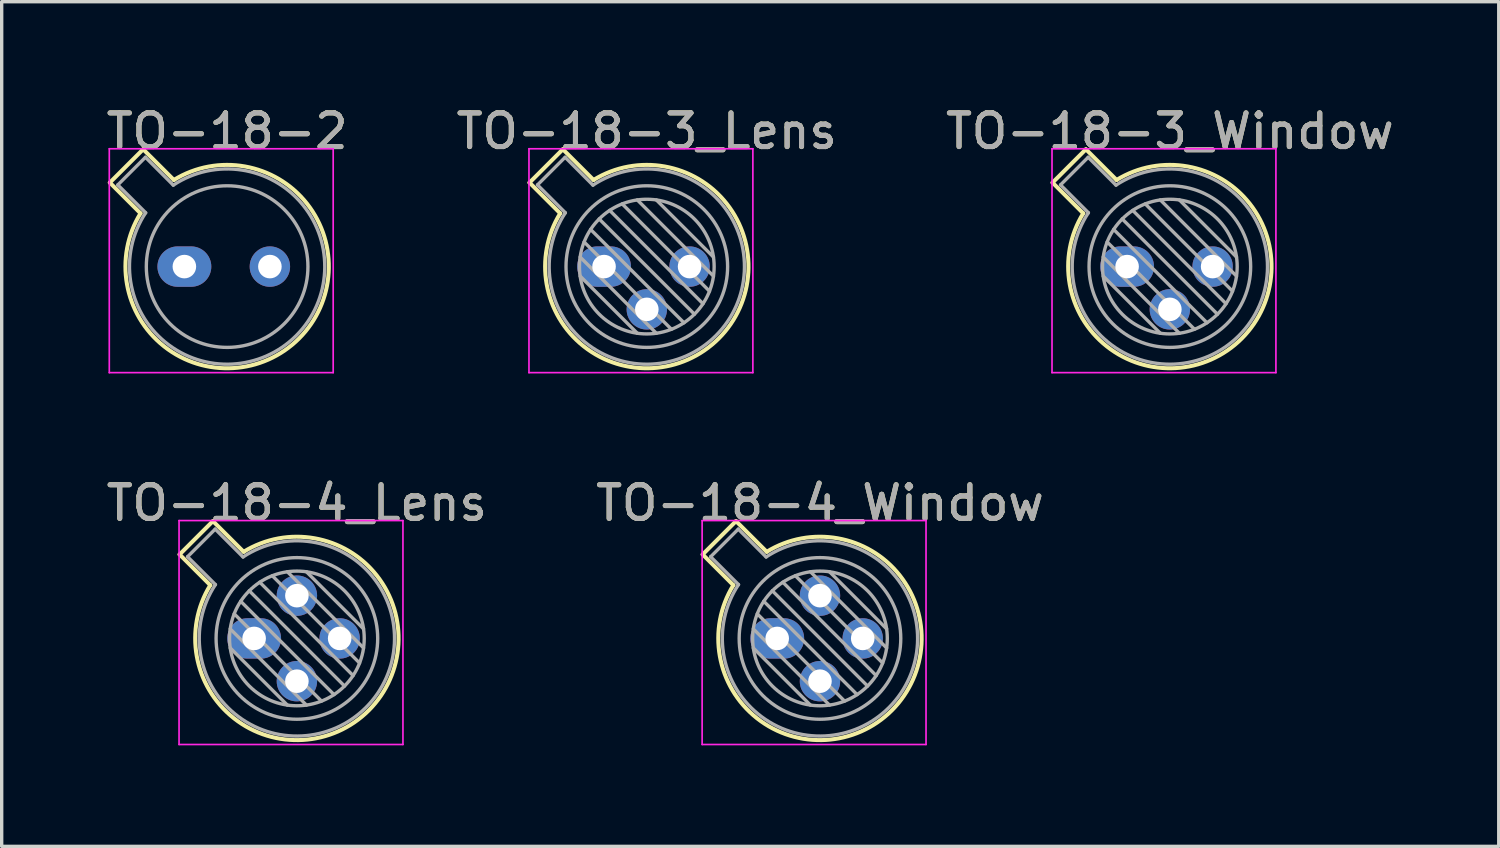
<source format=kicad_pcb>
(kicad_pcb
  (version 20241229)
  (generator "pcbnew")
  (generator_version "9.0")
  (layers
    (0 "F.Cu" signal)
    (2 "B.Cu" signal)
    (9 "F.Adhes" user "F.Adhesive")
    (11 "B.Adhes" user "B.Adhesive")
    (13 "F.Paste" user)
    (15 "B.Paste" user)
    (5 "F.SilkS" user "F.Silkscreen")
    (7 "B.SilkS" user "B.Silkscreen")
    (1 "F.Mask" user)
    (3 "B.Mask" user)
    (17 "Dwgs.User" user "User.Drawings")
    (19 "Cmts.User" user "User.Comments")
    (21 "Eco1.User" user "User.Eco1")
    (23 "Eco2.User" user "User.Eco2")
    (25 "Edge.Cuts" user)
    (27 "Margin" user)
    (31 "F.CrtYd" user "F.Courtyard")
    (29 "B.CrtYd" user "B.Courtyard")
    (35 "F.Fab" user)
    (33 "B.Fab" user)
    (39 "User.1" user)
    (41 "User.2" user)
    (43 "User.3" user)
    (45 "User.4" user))
  (footprint "TO-18-3_Window"
    (layer "F.Cu")
    (at 30.426 4.868)
    (property "Reference" "TO-18-3_Window" (at 1.27 -4.02 0) (layer "F.SilkS") (effects (font (size 1 1) (thickness 0.15))))
    (attr through_hole)
    (fp_line (start -2.214 -2.494) (end -1.302 -1.582) (stroke (width 0.12) (type solid)) (layer "F.SilkS"))
    (fp_line (start -1.224 -3.484) (end -2.214 -2.494) (stroke (width 0.12) (type solid)) (layer "F.SilkS"))
    (fp_line (start -0.312 -2.572) (end -1.224 -3.484) (stroke (width 0.12) (type solid)) (layer "F.SilkS"))
    (fp_arc (start -0.312331 -2.572281) (mid 3.405374 2.135551) (end -1.30215 -1.582544) (stroke (width 0.12) (type solid)) (layer "F.SilkS"))
    (fp_line (start -2.23 -3.5) (end -2.23 3.15) (stroke (width 0.05) (type solid)) (layer "F.CrtYd"))
    (fp_line (start -2.23 3.15) (end 4.42 3.15) (stroke (width 0.05) (type solid)) (layer "F.CrtYd"))
    (fp_line (start 4.42 -3.5) (end -2.23 -3.5) (stroke (width 0.05) (type solid)) (layer "F.CrtYd"))
    (fp_line (start 4.42 3.15) (end 4.42 -3.5) (stroke (width 0.05) (type solid)) (layer "F.CrtYd"))
    (fp_line (start -1.977 -2.426) (end -1.149 -1.599) (stroke (width 0.1) (type solid)) (layer "F.Fab"))
    (fp_line (start -1.156 -3.247) (end -1.977 -2.426) (stroke (width 0.1) (type solid)) (layer "F.Fab"))
    (fp_line (start -0.71 -0.283) (end 1.553 1.98) (stroke (width 0.1) (type solid)) (layer "F.Fab"))
    (fp_line (start -0.71 0.283) (end 0.987 1.98) (stroke (width 0.1) (type solid)) (layer "F.Fab"))
    (fp_line (start -0.592 -0.731) (end 2.001 1.862) (stroke (width 0.1) (type solid)) (layer "F.Fab"))
    (fp_line (start -0.399 -1.103) (end 2.373 1.669) (stroke (width 0.1) (type solid)) (layer "F.Fab"))
    (fp_line (start -0.329 -2.419) (end -1.156 -3.247) (stroke (width 0.1) (type solid)) (layer "F.Fab"))
    (fp_line (start -0.145 -1.415) (end 2.685 1.415) (stroke (width 0.1) (type solid)) (layer "F.Fab"))
    (fp_line (start 0.167 -1.669) (end 2.939 1.103) (stroke (width 0.1) (type solid)) (layer "F.Fab"))
    (fp_line (start 0.539 -1.862) (end 3.132 0.731) (stroke (width 0.1) (type solid)) (layer "F.Fab"))
    (fp_line (start 0.987 -1.98) (end 3.25 0.283) (stroke (width 0.1) (type solid)) (layer "F.Fab"))
    (fp_line (start 1.553 -1.98) (end 3.25 -0.283) (stroke (width 0.1) (type solid)) (layer "F.Fab"))
    (fp_arc (start -0.329057 -2.419301) (mid 3.321076 2.050143) (end -1.150029 -1.597956) (stroke (width 0.1) (type solid)) (layer "F.Fab"))
    (fp_circle (center 1.27 0) (end 3.27 0) (stroke (width 0.1) (type solid)) (fill no) (layer "F.Fab"))
    (fp_circle (center 1.27 0) (end 3.67 0) (stroke (width 0.1) (type solid)) (fill no) (layer "F.Fab"))
    (fp_text user "${REFERENCE}" (at 1.27 -4.02 0) (layer "F.Fab") (effects (font (size 1 1) (thickness 0.15))))
    (pad "1" thru_hole oval (at 0 0) (size 1.6 1.2) (drill 0.7) (layers "*.Cu" "*.Mask"))
    (pad "2" thru_hole oval (at 1.27 1.27) (size 1.2 1.2) (drill 0.7) (layers "*.Cu" "*.Mask"))
    (pad "3" thru_hole oval (at 2.54 0) (size 1.2 1.2) (drill 0.7) (layers "*.Cu" "*.Mask")))
  (footprint "TO-18-3_Lens"
    (layer "F.Cu")
    (at 14.891 4.868)
    (property "Reference" "TO-18-3_Lens" (at 1.27 -4.02 0) (layer "F.SilkS") (effects (font (size 1 1) (thickness 0.15))))
    (attr through_hole)
    (fp_line (start -2.214 -2.494) (end -1.302 -1.582) (stroke (width 0.12) (type solid)) (layer "F.SilkS"))
    (fp_line (start -1.224 -3.484) (end -2.214 -2.494) (stroke (width 0.12) (type solid)) (layer "F.SilkS"))
    (fp_line (start -0.312 -2.572) (end -1.224 -3.484) (stroke (width 0.12) (type solid)) (layer "F.SilkS"))
    (fp_arc (start -0.312331 -2.572281) (mid 3.405374 2.135551) (end -1.30215 -1.582544) (stroke (width 0.12) (type solid)) (layer "F.SilkS"))
    (fp_line (start -2.23 -3.5) (end -2.23 3.15) (stroke (width 0.05) (type solid)) (layer "F.CrtYd"))
    (fp_line (start -2.23 3.15) (end 4.42 3.15) (stroke (width 0.05) (type solid)) (layer "F.CrtYd"))
    (fp_line (start 4.42 -3.5) (end -2.23 -3.5) (stroke (width 0.05) (type solid)) (layer "F.CrtYd"))
    (fp_line (start 4.42 3.15) (end 4.42 -3.5) (stroke (width 0.05) (type solid)) (layer "F.CrtYd"))
    (fp_line (start -1.977 -2.426) (end -1.149 -1.599) (stroke (width 0.1) (type solid)) (layer "F.Fab"))
    (fp_line (start -1.156 -3.247) (end -1.977 -2.426) (stroke (width 0.1) (type solid)) (layer "F.Fab"))
    (fp_line (start -0.71 -0.283) (end 1.553 1.98) (stroke (width 0.1) (type solid)) (layer "F.Fab"))
    (fp_line (start -0.71 0.283) (end 0.987 1.98) (stroke (width 0.1) (type solid)) (layer "F.Fab"))
    (fp_line (start -0.592 -0.731) (end 2.001 1.862) (stroke (width 0.1) (type solid)) (layer "F.Fab"))
    (fp_line (start -0.399 -1.103) (end 2.373 1.669) (stroke (width 0.1) (type solid)) (layer "F.Fab"))
    (fp_line (start -0.329 -2.419) (end -1.156 -3.247) (stroke (width 0.1) (type solid)) (layer "F.Fab"))
    (fp_line (start -0.145 -1.415) (end 2.685 1.415) (stroke (width 0.1) (type solid)) (layer "F.Fab"))
    (fp_line (start 0.167 -1.669) (end 2.939 1.103) (stroke (width 0.1) (type solid)) (layer "F.Fab"))
    (fp_line (start 0.539 -1.862) (end 3.132 0.731) (stroke (width 0.1) (type solid)) (layer "F.Fab"))
    (fp_line (start 0.987 -1.98) (end 3.25 0.283) (stroke (width 0.1) (type solid)) (layer "F.Fab"))
    (fp_line (start 1.553 -1.98) (end 3.25 -0.283) (stroke (width 0.1) (type solid)) (layer "F.Fab"))
    (fp_arc (start -0.329057 -2.419301) (mid 3.321076 2.050143) (end -1.150029 -1.597956) (stroke (width 0.1) (type solid)) (layer "F.Fab"))
    (fp_circle (center 1.27 0) (end 3.27 0) (stroke (width 0.1) (type solid)) (fill no) (layer "F.Fab"))
    (fp_circle (center 1.27 0) (end 3.67 0) (stroke (width 0.1) (type solid)) (fill no) (layer "F.Fab"))
    (fp_text user "${REFERENCE}" (at 1.27 -4.02 0) (layer "F.Fab") (effects (font (size 1 1) (thickness 0.15))))
    (pad "1" thru_hole oval (at 0 0) (size 1.6 1.2) (drill 0.7) (layers "*.Cu" "*.Mask"))
    (pad "2" thru_hole oval (at 1.27 1.27) (size 1.2 1.2) (drill 0.7) (layers "*.Cu" "*.Mask"))
    (pad "3" thru_hole oval (at 2.54 0) (size 1.2 1.2) (drill 0.7) (layers "*.Cu" "*.Mask")))
  (footprint "TO-18-2"
    (layer "F.Cu")
    (at 2.426 4.868)
    (property "Reference" "TO-18-2" (at 1.27 -4.02 0) (layer "F.SilkS") (effects (font (size 1 1) (thickness 0.15))))
    (attr through_hole)
    (fp_line (start -2.214 -2.494) (end -1.302 -1.582) (stroke (width 0.12) (type solid)) (layer "F.SilkS"))
    (fp_line (start -1.224 -3.484) (end -2.214 -2.494) (stroke (width 0.12) (type solid)) (layer "F.SilkS"))
    (fp_line (start -0.312 -2.572) (end -1.224 -3.484) (stroke (width 0.12) (type solid)) (layer "F.SilkS"))
    (fp_arc (start -0.312331 -2.572281) (mid 3.405374 2.135551) (end -1.30215 -1.582544) (stroke (width 0.12) (type solid)) (layer "F.SilkS"))
    (fp_line (start -2.23 -3.5) (end -2.23 3.15) (stroke (width 0.05) (type solid)) (layer "F.CrtYd"))
    (fp_line (start -2.23 3.15) (end 4.42 3.15) (stroke (width 0.05) (type solid)) (layer "F.CrtYd"))
    (fp_line (start 4.42 -3.5) (end -2.23 -3.5) (stroke (width 0.05) (type solid)) (layer "F.CrtYd"))
    (fp_line (start 4.42 3.15) (end 4.42 -3.5) (stroke (width 0.05) (type solid)) (layer "F.CrtYd"))
    (fp_line (start -1.977 -2.426) (end -1.149 -1.599) (stroke (width 0.1) (type solid)) (layer "F.Fab"))
    (fp_line (start -1.156 -3.247) (end -1.977 -2.426) (stroke (width 0.1) (type solid)) (layer "F.Fab"))
    (fp_line (start -0.329 -2.419) (end -1.156 -3.247) (stroke (width 0.1) (type solid)) (layer "F.Fab"))
    (fp_arc (start -0.329057 -2.419301) (mid 3.321076 2.050143) (end -1.150029 -1.597956) (stroke (width 0.1) (type solid)) (layer "F.Fab"))
    (fp_circle (center 1.27 0) (end 3.67 0) (stroke (width 0.1) (type solid)) (fill no) (layer "F.Fab"))
    (fp_text user "${REFERENCE}" (at 1.27 -4.02 0) (layer "F.Fab") (effects (font (size 1 1) (thickness 0.15))))
    (pad "1" thru_hole oval (at 0 0) (size 1.6 1.2) (drill 0.7) (layers "*.Cu" "*.Mask"))
    (pad "2" thru_hole oval (at 2.54 0) (size 1.2 1.2) (drill 0.7) (layers "*.Cu" "*.Mask")))
  (footprint "TO-18-4_Window"
    (layer "F.Cu")
    (at 20.034 15.912)
    (property "Reference" "TO-18-4_Window" (at 1.27 -4.02 0) (layer "F.SilkS") (effects (font (size 1 1) (thickness 0.15))))
    (attr through_hole)
    (fp_line (start -2.214 -2.494) (end -1.302 -1.582) (stroke (width 0.12) (type solid)) (layer "F.SilkS"))
    (fp_line (start -1.224 -3.484) (end -2.214 -2.494) (stroke (width 0.12) (type solid)) (layer "F.SilkS"))
    (fp_line (start -0.312 -2.572) (end -1.224 -3.484) (stroke (width 0.12) (type solid)) (layer "F.SilkS"))
    (fp_arc (start -0.312331 -2.572281) (mid 3.405374 2.135551) (end -1.30215 -1.582544) (stroke (width 0.12) (type solid)) (layer "F.SilkS"))
    (fp_line (start -2.23 -3.5) (end -2.23 3.15) (stroke (width 0.05) (type solid)) (layer "F.CrtYd"))
    (fp_line (start -2.23 3.15) (end 4.42 3.15) (stroke (width 0.05) (type solid)) (layer "F.CrtYd"))
    (fp_line (start 4.42 -3.5) (end -2.23 -3.5) (stroke (width 0.05) (type solid)) (layer "F.CrtYd"))
    (fp_line (start 4.42 3.15) (end 4.42 -3.5) (stroke (width 0.05) (type solid)) (layer "F.CrtYd"))
    (fp_line (start -1.977 -2.426) (end -1.149 -1.599) (stroke (width 0.1) (type solid)) (layer "F.Fab"))
    (fp_line (start -1.156 -3.247) (end -1.977 -2.426) (stroke (width 0.1) (type solid)) (layer "F.Fab"))
    (fp_line (start -0.71 -0.283) (end 1.553 1.98) (stroke (width 0.1) (type solid)) (layer "F.Fab"))
    (fp_line (start -0.71 0.283) (end 0.987 1.98) (stroke (width 0.1) (type solid)) (layer "F.Fab"))
    (fp_line (start -0.592 -0.731) (end 2.001 1.862) (stroke (width 0.1) (type solid)) (layer "F.Fab"))
    (fp_line (start -0.399 -1.103) (end 2.373 1.669) (stroke (width 0.1) (type solid)) (layer "F.Fab"))
    (fp_line (start -0.329 -2.419) (end -1.156 -3.247) (stroke (width 0.1) (type solid)) (layer "F.Fab"))
    (fp_line (start -0.145 -1.415) (end 2.685 1.415) (stroke (width 0.1) (type solid)) (layer "F.Fab"))
    (fp_line (start 0.167 -1.669) (end 2.939 1.103) (stroke (width 0.1) (type solid)) (layer "F.Fab"))
    (fp_line (start 0.539 -1.862) (end 3.132 0.731) (stroke (width 0.1) (type solid)) (layer "F.Fab"))
    (fp_line (start 0.987 -1.98) (end 3.25 0.283) (stroke (width 0.1) (type solid)) (layer "F.Fab"))
    (fp_line (start 1.553 -1.98) (end 3.25 -0.283) (stroke (width 0.1) (type solid)) (layer "F.Fab"))
    (fp_arc (start -0.329057 -2.419301) (mid 3.321076 2.050143) (end -1.150029 -1.597956) (stroke (width 0.1) (type solid)) (layer "F.Fab"))
    (fp_circle (center 1.27 0) (end 3.27 0) (stroke (width 0.1) (type solid)) (fill no) (layer "F.Fab"))
    (fp_circle (center 1.27 0) (end 3.67 0) (stroke (width 0.1) (type solid)) (fill no) (layer "F.Fab"))
    (fp_text user "${REFERENCE}" (at 1.27 -4.02 0) (layer "F.Fab") (effects (font (size 1 1) (thickness 0.15))))
    (pad "1" thru_hole oval (at 0 0) (size 1.6 1.2) (drill 0.7) (layers "*.Cu" "*.Mask"))
    (pad "2" thru_hole oval (at 1.27 1.27) (size 1.2 1.2) (drill 0.7) (layers "*.Cu" "*.Mask"))
    (pad "3" thru_hole oval (at 2.54 0) (size 1.2 1.2) (drill 0.7) (layers "*.Cu" "*.Mask"))
    (pad "4" thru_hole oval (at 1.27 -1.27) (size 1.2 1.2) (drill 0.7) (layers "*.Cu" "*.Mask")))
  (footprint "TO-18-4_Lens"
    (layer "F.Cu")
    (at 4.498 15.912)
    (property "Reference" "TO-18-4_Lens" (at 1.27 -4.02 0) (layer "F.SilkS") (effects (font (size 1 1) (thickness 0.15))))
    (attr through_hole)
    (fp_line (start -2.214 -2.494) (end -1.302 -1.582) (stroke (width 0.12) (type solid)) (layer "F.SilkS"))
    (fp_line (start -1.224 -3.484) (end -2.214 -2.494) (stroke (width 0.12) (type solid)) (layer "F.SilkS"))
    (fp_line (start -0.312 -2.572) (end -1.224 -3.484) (stroke (width 0.12) (type solid)) (layer "F.SilkS"))
    (fp_arc (start -0.312331 -2.572281) (mid 3.405374 2.135551) (end -1.30215 -1.582544) (stroke (width 0.12) (type solid)) (layer "F.SilkS"))
    (fp_line (start -2.23 -3.5) (end -2.23 3.15) (stroke (width 0.05) (type solid)) (layer "F.CrtYd"))
    (fp_line (start -2.23 3.15) (end 4.42 3.15) (stroke (width 0.05) (type solid)) (layer "F.CrtYd"))
    (fp_line (start 4.42 -3.5) (end -2.23 -3.5) (stroke (width 0.05) (type solid)) (layer "F.CrtYd"))
    (fp_line (start 4.42 3.15) (end 4.42 -3.5) (stroke (width 0.05) (type solid)) (layer "F.CrtYd"))
    (fp_line (start -1.977 -2.426) (end -1.149 -1.599) (stroke (width 0.1) (type solid)) (layer "F.Fab"))
    (fp_line (start -1.156 -3.247) (end -1.977 -2.426) (stroke (width 0.1) (type solid)) (layer "F.Fab"))
    (fp_line (start -0.71 -0.283) (end 1.553 1.98) (stroke (width 0.1) (type solid)) (layer "F.Fab"))
    (fp_line (start -0.71 0.283) (end 0.987 1.98) (stroke (width 0.1) (type solid)) (layer "F.Fab"))
    (fp_line (start -0.592 -0.731) (end 2.001 1.862) (stroke (width 0.1) (type solid)) (layer "F.Fab"))
    (fp_line (start -0.399 -1.103) (end 2.373 1.669) (stroke (width 0.1) (type solid)) (layer "F.Fab"))
    (fp_line (start -0.329 -2.419) (end -1.156 -3.247) (stroke (width 0.1) (type solid)) (layer "F.Fab"))
    (fp_line (start -0.145 -1.415) (end 2.685 1.415) (stroke (width 0.1) (type solid)) (layer "F.Fab"))
    (fp_line (start 0.167 -1.669) (end 2.939 1.103) (stroke (width 0.1) (type solid)) (layer "F.Fab"))
    (fp_line (start 0.539 -1.862) (end 3.132 0.731) (stroke (width 0.1) (type solid)) (layer "F.Fab"))
    (fp_line (start 0.987 -1.98) (end 3.25 0.283) (stroke (width 0.1) (type solid)) (layer "F.Fab"))
    (fp_line (start 1.553 -1.98) (end 3.25 -0.283) (stroke (width 0.1) (type solid)) (layer "F.Fab"))
    (fp_arc (start -0.329057 -2.419301) (mid 3.321076 2.050143) (end -1.150029 -1.597956) (stroke (width 0.1) (type solid)) (layer "F.Fab"))
    (fp_circle (center 1.27 0) (end 3.27 0) (stroke (width 0.1) (type solid)) (fill no) (layer "F.Fab"))
    (fp_circle (center 1.27 0) (end 3.67 0) (stroke (width 0.1) (type solid)) (fill no) (layer "F.Fab"))
    (fp_text user "${REFERENCE}" (at 1.27 -4.02 0) (layer "F.Fab") (effects (font (size 1 1) (thickness 0.15))))
    (pad "1" thru_hole oval (at 0 0) (size 1.6 1.2) (drill 0.7) (layers "*.Cu" "*.Mask"))
    (pad "2" thru_hole oval (at 1.27 1.27) (size 1.2 1.2) (drill 0.7) (layers "*.Cu" "*.Mask"))
    (pad "3" thru_hole oval (at 2.54 0) (size 1.2 1.2) (drill 0.7) (layers "*.Cu" "*.Mask"))
    (pad "4" thru_hole oval (at 1.27 -1.27) (size 1.2 1.2) (drill 0.7) (layers "*.Cu" "*.Mask")))
  (gr_rect
    (start -3 -3)
    (end 41.464 22.087)
    (stroke (width 0.1) (type default))
    (fill no)
    (layer "Edge.Cuts")))
</source>
